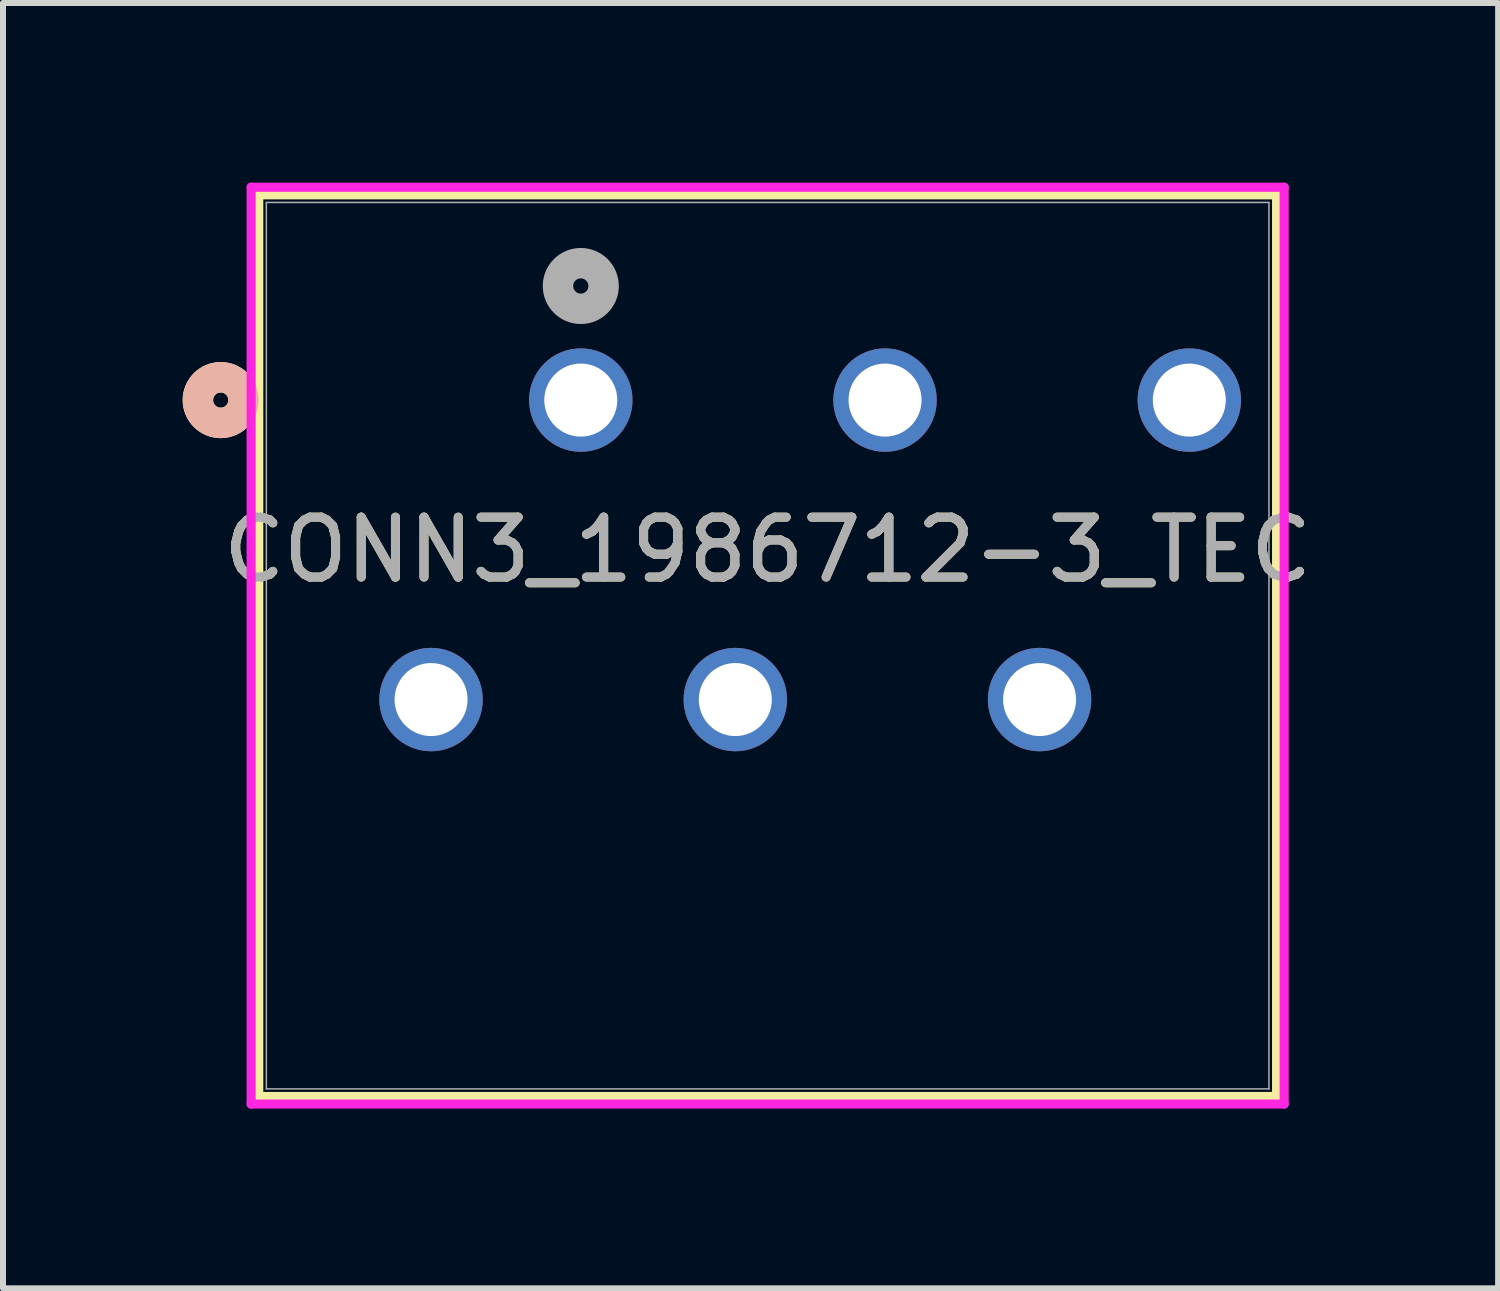
<source format=kicad_pcb>
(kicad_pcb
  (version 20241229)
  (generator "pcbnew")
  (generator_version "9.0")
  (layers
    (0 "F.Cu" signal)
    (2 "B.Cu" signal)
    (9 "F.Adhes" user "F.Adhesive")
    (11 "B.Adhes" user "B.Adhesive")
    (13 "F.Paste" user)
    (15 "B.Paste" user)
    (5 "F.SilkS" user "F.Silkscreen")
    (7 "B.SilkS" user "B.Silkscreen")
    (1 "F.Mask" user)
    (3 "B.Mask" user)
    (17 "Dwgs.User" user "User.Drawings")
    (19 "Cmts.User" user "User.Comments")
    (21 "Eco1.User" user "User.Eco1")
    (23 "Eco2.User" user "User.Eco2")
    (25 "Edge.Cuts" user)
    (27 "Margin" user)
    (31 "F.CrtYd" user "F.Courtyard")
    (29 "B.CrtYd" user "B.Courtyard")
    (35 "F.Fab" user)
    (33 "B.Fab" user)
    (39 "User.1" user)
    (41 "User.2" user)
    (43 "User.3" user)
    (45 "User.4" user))
  (footprint "CONN3_1986712-3_TEC"
    (layer "F.Cu")
    (at 6.647 3.63)
    (property "Reference" "CONN3_1986712-3_TEC" (at 3.12 2.5 0) (unlocked yes) (layer "F.SilkS") (effects (font (size 1 1) (thickness 0.15))))
    (attr through_hole)
    (fp_line (start -5.377 -3.427) (end -5.377 11.627) (stroke (width 0.152) (type solid)) (layer "F.SilkS"))
    (fp_line (start -5.377 11.627) (end 11.617 11.627) (stroke (width 0.152) (type solid)) (layer "F.SilkS"))
    (fp_line (start 11.617 -3.427) (end -5.377 -3.427) (stroke (width 0.152) (type solid)) (layer "F.SilkS"))
    (fp_line (start 11.617 11.627) (end 11.617 -3.427) (stroke (width 0.152) (type solid)) (layer "F.SilkS"))
    (fp_circle (center -6.012 0) (end -5.631 0) (stroke (width 0.508) (type solid)) (fill no) (layer "F.SilkS"))
    (fp_circle (center -6.012 0) (end -5.631 0) (stroke (width 0.508) (type solid)) (fill no) (layer "B.SilkS"))
    (fp_line (start -5.504 -3.554) (end -5.504 11.754) (stroke (width 0.152) (type solid)) (layer "F.CrtYd"))
    (fp_line (start -5.504 11.754) (end 11.744 11.754) (stroke (width 0.152) (type solid)) (layer "F.CrtYd"))
    (fp_line (start 11.744 -3.554) (end -5.504 -3.554) (stroke (width 0.152) (type solid)) (layer "F.CrtYd"))
    (fp_line (start 11.744 11.754) (end 11.744 -3.554) (stroke (width 0.152) (type solid)) (layer "F.CrtYd"))
    (fp_line (start -5.25 -3.3) (end -5.25 11.5) (stroke (width 0.025) (type solid)) (layer "F.Fab"))
    (fp_line (start -5.25 11.5) (end 11.49 11.5) (stroke (width 0.025) (type solid)) (layer "F.Fab"))
    (fp_line (start 11.49 -3.3) (end -5.25 -3.3) (stroke (width 0.025) (type solid)) (layer "F.Fab"))
    (fp_line (start 11.49 11.5) (end 11.49 -3.3) (stroke (width 0.025) (type solid)) (layer "F.Fab"))
    (fp_circle (center 0 -1.905) (end 0.381 -1.905) (stroke (width 0.508) (type solid)) (fill no) (layer "F.Fab"))
    (fp_text user "${REFERENCE}" (at 3.12 2.5 0) (unlocked yes) (layer "F.Fab") (effects (font (size 1 1) (thickness 0.15))))
    (pad "1A" thru_hole circle (at 0 0) (size 1.727 1.727) (drill 1.219) (layers "*.Cu" "*.Mask"))
    (pad "1B" thru_hole circle (at -2.5 5) (size 1.727 1.727) (drill 1.219) (layers "*.Cu" "*.Mask"))
    (pad "2A" thru_hole circle (at 5.08 0) (size 1.727 1.727) (drill 1.219) (layers "*.Cu" "*.Mask"))
    (pad "2B" thru_hole circle (at 2.58 5) (size 1.727 1.727) (drill 1.219) (layers "*.Cu" "*.Mask"))
    (pad "3A" thru_hole circle (at 10.16 0) (size 1.727 1.727) (drill 1.219) (layers "*.Cu" "*.Mask"))
    (pad "3B" thru_hole circle (at 7.66 5) (size 1.727 1.727) (drill 1.219) (layers "*.Cu" "*.Mask")))
  (gr_rect
    (start -3 -3)
    (end 21.963 18.46)
    (stroke (width 0.1) (type default))
    (fill no)
    (layer "Edge.Cuts")))
</source>
